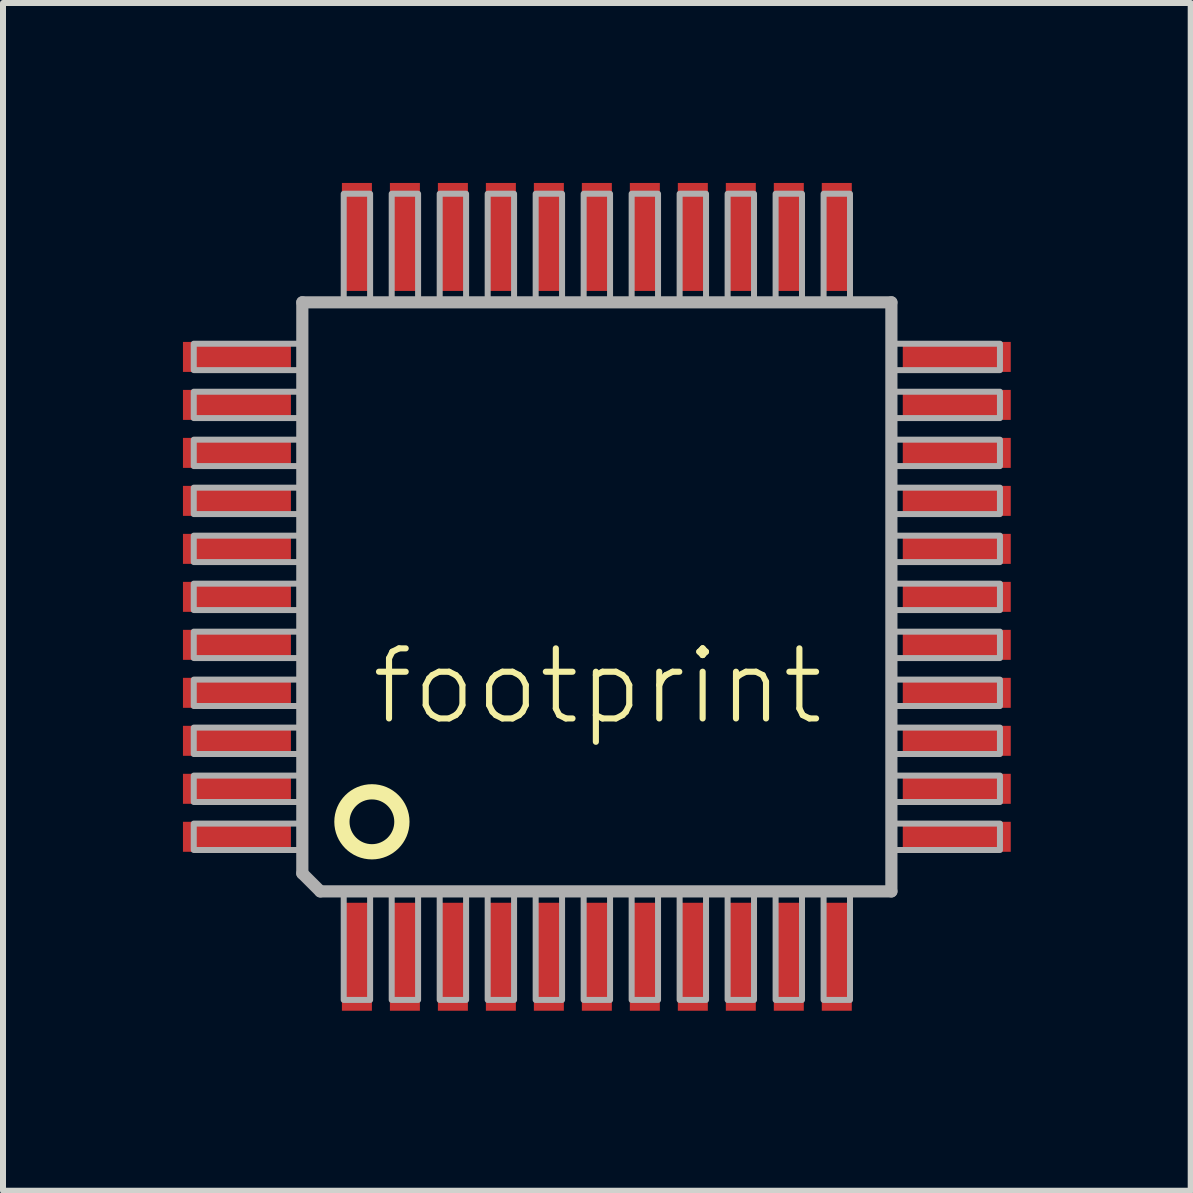
<source format=kicad_pcb>
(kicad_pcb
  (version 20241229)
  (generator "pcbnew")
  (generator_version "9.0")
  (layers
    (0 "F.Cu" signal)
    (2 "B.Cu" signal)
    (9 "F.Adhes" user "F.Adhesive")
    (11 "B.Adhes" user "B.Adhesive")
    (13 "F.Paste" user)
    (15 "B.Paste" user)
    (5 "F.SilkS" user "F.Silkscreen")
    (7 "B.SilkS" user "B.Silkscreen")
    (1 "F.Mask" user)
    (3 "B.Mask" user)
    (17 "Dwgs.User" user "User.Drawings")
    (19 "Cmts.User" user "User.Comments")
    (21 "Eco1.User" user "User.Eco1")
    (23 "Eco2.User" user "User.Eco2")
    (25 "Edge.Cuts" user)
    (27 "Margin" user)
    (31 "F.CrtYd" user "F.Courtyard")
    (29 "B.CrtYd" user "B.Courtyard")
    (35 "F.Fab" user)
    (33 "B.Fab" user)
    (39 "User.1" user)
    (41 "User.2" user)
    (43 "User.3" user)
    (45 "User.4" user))
  (footprint "footprint"
    (layer "F.Cu")
    (at 6.9 6.9)
    (property "Reference" "footprint" (at -3.81 2.175 0) (layer "F.SilkS") (effects (font (size 1.168 1.168) (thickness 0.102)) (justify left bottom)))
    (fp_circle (center -3.75 3.75) (end -3.25 3.75) (stroke (width 0.254) (type solid)) (fill no) (layer "F.SilkS"))
    (fp_line (start -4.91 -4.91) (end -4.91 4.61) (stroke (width 0.203) (type solid)) (layer "F.Fab"))
    (fp_line (start -4.91 4.61) (end -4.61 4.91) (stroke (width 0.203) (type solid)) (layer "F.Fab"))
    (fp_line (start -4.61 4.91) (end 4.91 4.91) (stroke (width 0.203) (type solid)) (layer "F.Fab"))
    (fp_line (start 4.91 -4.91) (end -4.91 -4.91) (stroke (width 0.203) (type solid)) (layer "F.Fab"))
    (fp_line (start 4.91 4.91) (end 4.91 -4.91) (stroke (width 0.203) (type solid)) (layer "F.Fab"))
    (fp_poly (pts (xy -6.72 -3.78) (xy -4.95 -3.78) (xy -4.95 -4.22) (xy -6.72 -4.22)) (stroke (width 0.1) (type solid)) (fill no) (layer "F.Fab"))
    (fp_poly (pts (xy -6.72 -2.98) (xy -4.95 -2.98) (xy -4.95 -3.42) (xy -6.72 -3.42)) (stroke (width 0.1) (type solid)) (fill no) (layer "F.Fab"))
    (fp_poly (pts (xy -6.72 -2.18) (xy -4.95 -2.18) (xy -4.95 -2.62) (xy -6.72 -2.62)) (stroke (width 0.1) (type solid)) (fill no) (layer "F.Fab"))
    (fp_poly (pts (xy -6.72 -1.38) (xy -4.95 -1.38) (xy -4.95 -1.82) (xy -6.72 -1.82)) (stroke (width 0.1) (type solid)) (fill no) (layer "F.Fab"))
    (fp_poly (pts (xy -6.72 -0.58) (xy -4.95 -0.58) (xy -4.95 -1.02) (xy -6.72 -1.02)) (stroke (width 0.1) (type solid)) (fill no) (layer "F.Fab"))
    (fp_poly (pts (xy -6.72 0.22) (xy -4.95 0.22) (xy -4.95 -0.22) (xy -6.72 -0.22)) (stroke (width 0.1) (type solid)) (fill no) (layer "F.Fab"))
    (fp_poly (pts (xy -6.72 1.02) (xy -4.95 1.02) (xy -4.95 0.58) (xy -6.72 0.58)) (stroke (width 0.1) (type solid)) (fill no) (layer "F.Fab"))
    (fp_poly (pts (xy -6.72 1.82) (xy -4.95 1.82) (xy -4.95 1.38) (xy -6.72 1.38)) (stroke (width 0.1) (type solid)) (fill no) (layer "F.Fab"))
    (fp_poly (pts (xy -6.72 2.62) (xy -4.95 2.62) (xy -4.95 2.18) (xy -6.72 2.18)) (stroke (width 0.1) (type solid)) (fill no) (layer "F.Fab"))
    (fp_poly (pts (xy -6.72 3.42) (xy -4.95 3.42) (xy -4.95 2.98) (xy -6.72 2.98)) (stroke (width 0.1) (type solid)) (fill no) (layer "F.Fab"))
    (fp_poly (pts (xy -6.72 4.22) (xy -4.95 4.22) (xy -4.95 3.78) (xy -6.72 3.78)) (stroke (width 0.1) (type solid)) (fill no) (layer "F.Fab"))
    (fp_poly (pts (xy -4.22 -4.95) (xy -3.78 -4.95) (xy -3.78 -6.72) (xy -4.22 -6.72)) (stroke (width 0.1) (type solid)) (fill no) (layer "F.Fab"))
    (fp_poly (pts (xy -4.22 6.72) (xy -3.78 6.72) (xy -3.78 4.95) (xy -4.22 4.95)) (stroke (width 0.1) (type solid)) (fill no) (layer "F.Fab"))
    (fp_poly (pts (xy -3.42 -4.95) (xy -2.98 -4.95) (xy -2.98 -6.72) (xy -3.42 -6.72)) (stroke (width 0.1) (type solid)) (fill no) (layer "F.Fab"))
    (fp_poly (pts (xy -3.42 6.72) (xy -2.98 6.72) (xy -2.98 4.95) (xy -3.42 4.95)) (stroke (width 0.1) (type solid)) (fill no) (layer "F.Fab"))
    (fp_poly (pts (xy -2.62 -4.95) (xy -2.18 -4.95) (xy -2.18 -6.72) (xy -2.62 -6.72)) (stroke (width 0.1) (type solid)) (fill no) (layer "F.Fab"))
    (fp_poly (pts (xy -2.62 6.72) (xy -2.18 6.72) (xy -2.18 4.95) (xy -2.62 4.95)) (stroke (width 0.1) (type solid)) (fill no) (layer "F.Fab"))
    (fp_poly (pts (xy -1.82 -4.95) (xy -1.38 -4.95) (xy -1.38 -6.72) (xy -1.82 -6.72)) (stroke (width 0.1) (type solid)) (fill no) (layer "F.Fab"))
    (fp_poly (pts (xy -1.82 6.72) (xy -1.38 6.72) (xy -1.38 4.95) (xy -1.82 4.95)) (stroke (width 0.1) (type solid)) (fill no) (layer "F.Fab"))
    (fp_poly (pts (xy -1.02 -4.95) (xy -0.58 -4.95) (xy -0.58 -6.72) (xy -1.02 -6.72)) (stroke (width 0.1) (type solid)) (fill no) (layer "F.Fab"))
    (fp_poly (pts (xy -1.02 6.72) (xy -0.58 6.72) (xy -0.58 4.95) (xy -1.02 4.95)) (stroke (width 0.1) (type solid)) (fill no) (layer "F.Fab"))
    (fp_poly (pts (xy -0.22 -4.95) (xy 0.22 -4.95) (xy 0.22 -6.72) (xy -0.22 -6.72)) (stroke (width 0.1) (type solid)) (fill no) (layer "F.Fab"))
    (fp_poly (pts (xy -0.22 6.72) (xy 0.22 6.72) (xy 0.22 4.95) (xy -0.22 4.95)) (stroke (width 0.1) (type solid)) (fill no) (layer "F.Fab"))
    (fp_poly (pts (xy 0.58 -4.95) (xy 1.02 -4.95) (xy 1.02 -6.72) (xy 0.58 -6.72)) (stroke (width 0.1) (type solid)) (fill no) (layer "F.Fab"))
    (fp_poly (pts (xy 0.58 6.72) (xy 1.02 6.72) (xy 1.02 4.95) (xy 0.58 4.95)) (stroke (width 0.1) (type solid)) (fill no) (layer "F.Fab"))
    (fp_poly (pts (xy 1.38 -4.95) (xy 1.82 -4.95) (xy 1.82 -6.72) (xy 1.38 -6.72)) (stroke (width 0.1) (type solid)) (fill no) (layer "F.Fab"))
    (fp_poly (pts (xy 1.38 6.72) (xy 1.82 6.72) (xy 1.82 4.95) (xy 1.38 4.95)) (stroke (width 0.1) (type solid)) (fill no) (layer "F.Fab"))
    (fp_poly (pts (xy 2.18 -4.95) (xy 2.62 -4.95) (xy 2.62 -6.72) (xy 2.18 -6.72)) (stroke (width 0.1) (type solid)) (fill no) (layer "F.Fab"))
    (fp_poly (pts (xy 2.18 6.72) (xy 2.62 6.72) (xy 2.62 4.95) (xy 2.18 4.95)) (stroke (width 0.1) (type solid)) (fill no) (layer "F.Fab"))
    (fp_poly (pts (xy 2.98 -4.95) (xy 3.42 -4.95) (xy 3.42 -6.72) (xy 2.98 -6.72)) (stroke (width 0.1) (type solid)) (fill no) (layer "F.Fab"))
    (fp_poly (pts (xy 2.98 6.72) (xy 3.42 6.72) (xy 3.42 4.95) (xy 2.98 4.95)) (stroke (width 0.1) (type solid)) (fill no) (layer "F.Fab"))
    (fp_poly (pts (xy 3.78 -4.95) (xy 4.22 -4.95) (xy 4.22 -6.72) (xy 3.78 -6.72)) (stroke (width 0.1) (type solid)) (fill no) (layer "F.Fab"))
    (fp_poly (pts (xy 3.78 6.72) (xy 4.22 6.72) (xy 4.22 4.95) (xy 3.78 4.95)) (stroke (width 0.1) (type solid)) (fill no) (layer "F.Fab"))
    (fp_poly (pts (xy 4.95 -3.78) (xy 6.72 -3.78) (xy 6.72 -4.22) (xy 4.95 -4.22)) (stroke (width 0.1) (type solid)) (fill no) (layer "F.Fab"))
    (fp_poly (pts (xy 4.95 -2.98) (xy 6.72 -2.98) (xy 6.72 -3.42) (xy 4.95 -3.42)) (stroke (width 0.1) (type solid)) (fill no) (layer "F.Fab"))
    (fp_poly (pts (xy 4.95 -2.18) (xy 6.72 -2.18) (xy 6.72 -2.62) (xy 4.95 -2.62)) (stroke (width 0.1) (type solid)) (fill no) (layer "F.Fab"))
    (fp_poly (pts (xy 4.95 -1.38) (xy 6.72 -1.38) (xy 6.72 -1.82) (xy 4.95 -1.82)) (stroke (width 0.1) (type solid)) (fill no) (layer "F.Fab"))
    (fp_poly (pts (xy 4.95 -0.58) (xy 6.72 -0.58) (xy 6.72 -1.02) (xy 4.95 -1.02)) (stroke (width 0.1) (type solid)) (fill no) (layer "F.Fab"))
    (fp_poly (pts (xy 4.95 0.22) (xy 6.72 0.22) (xy 6.72 -0.22) (xy 4.95 -0.22)) (stroke (width 0.1) (type solid)) (fill no) (layer "F.Fab"))
    (fp_poly (pts (xy 4.95 1.02) (xy 6.72 1.02) (xy 6.72 0.58) (xy 4.95 0.58)) (stroke (width 0.1) (type solid)) (fill no) (layer "F.Fab"))
    (fp_poly (pts (xy 4.95 1.82) (xy 6.72 1.82) (xy 6.72 1.38) (xy 4.95 1.38)) (stroke (width 0.1) (type solid)) (fill no) (layer "F.Fab"))
    (fp_poly (pts (xy 4.95 2.62) (xy 6.72 2.62) (xy 6.72 2.18) (xy 4.95 2.18)) (stroke (width 0.1) (type solid)) (fill no) (layer "F.Fab"))
    (fp_poly (pts (xy 4.95 3.42) (xy 6.72 3.42) (xy 6.72 2.98) (xy 4.95 2.98)) (stroke (width 0.1) (type solid)) (fill no) (layer "F.Fab"))
    (fp_poly (pts (xy 4.95 4.22) (xy 6.72 4.22) (xy 6.72 3.78) (xy 4.95 3.78)) (stroke (width 0.1) (type solid)) (fill no) (layer "F.Fab"))
    (pad "1" smd rect (at -4 6) (size 0.5 1.8) (layers "F.Cu" "F.Mask" "F.Paste"))
    (pad "2" smd rect (at -3.2 6) (size 0.5 1.8) (layers "F.Cu" "F.Mask" "F.Paste"))
    (pad "3" smd rect (at -2.4 6) (size 0.5 1.8) (layers "F.Cu" "F.Mask" "F.Paste"))
    (pad "4" smd rect (at -1.6 6) (size 0.5 1.8) (layers "F.Cu" "F.Mask" "F.Paste"))
    (pad "5" smd rect (at -0.8 6) (size 0.5 1.8) (layers "F.Cu" "F.Mask" "F.Paste"))
    (pad "6" smd rect (at 0 6) (size 0.5 1.8) (layers "F.Cu" "F.Mask" "F.Paste"))
    (pad "7" smd rect (at 0.8 6) (size 0.5 1.8) (layers "F.Cu" "F.Mask" "F.Paste"))
    (pad "8" smd rect (at 1.6 6) (size 0.5 1.8) (layers "F.Cu" "F.Mask" "F.Paste"))
    (pad "9" smd rect (at 2.4 6) (size 0.5 1.8) (layers "F.Cu" "F.Mask" "F.Paste"))
    (pad "10" smd rect (at 3.2 6) (size 0.5 1.8) (layers "F.Cu" "F.Mask" "F.Paste"))
    (pad "11" smd rect (at 4 6) (size 0.5 1.8) (layers "F.Cu" "F.Mask" "F.Paste"))
    (pad "12" smd rect (at 6 4) (size 1.8 0.5) (layers "F.Cu" "F.Mask" "F.Paste"))
    (pad "13" smd rect (at 6 3.2) (size 1.8 0.5) (layers "F.Cu" "F.Mask" "F.Paste"))
    (pad "14" smd rect (at 6 2.4) (size 1.8 0.5) (layers "F.Cu" "F.Mask" "F.Paste"))
    (pad "15" smd rect (at 6 1.6) (size 1.8 0.5) (layers "F.Cu" "F.Mask" "F.Paste"))
    (pad "16" smd rect (at 6 0.8) (size 1.8 0.5) (layers "F.Cu" "F.Mask" "F.Paste"))
    (pad "17" smd rect (at 6 0) (size 1.8 0.5) (layers "F.Cu" "F.Mask" "F.Paste"))
    (pad "18" smd rect (at 6 -0.8) (size 1.8 0.5) (layers "F.Cu" "F.Mask" "F.Paste"))
    (pad "19" smd rect (at 6 -1.6) (size 1.8 0.5) (layers "F.Cu" "F.Mask" "F.Paste"))
    (pad "20" smd rect (at 6 -2.4) (size 1.8 0.5) (layers "F.Cu" "F.Mask" "F.Paste"))
    (pad "21" smd rect (at 6 -3.2) (size 1.8 0.5) (layers "F.Cu" "F.Mask" "F.Paste"))
    (pad "22" smd rect (at 6 -4) (size 1.8 0.5) (layers "F.Cu" "F.Mask" "F.Paste"))
    (pad "23" smd rect (at 4 -6) (size 0.5 1.8) (layers "F.Cu" "F.Mask" "F.Paste"))
    (pad "24" smd rect (at 3.2 -6) (size 0.5 1.8) (layers "F.Cu" "F.Mask" "F.Paste"))
    (pad "25" smd rect (at 2.4 -6) (size 0.5 1.8) (layers "F.Cu" "F.Mask" "F.Paste"))
    (pad "26" smd rect (at 1.6 -6) (size 0.5 1.8) (layers "F.Cu" "F.Mask" "F.Paste"))
    (pad "27" smd rect (at 0.8 -6) (size 0.5 1.8) (layers "F.Cu" "F.Mask" "F.Paste"))
    (pad "28" smd rect (at 0 -6) (size 0.5 1.8) (layers "F.Cu" "F.Mask" "F.Paste"))
    (pad "29" smd rect (at -0.8 -6) (size 0.5 1.8) (layers "F.Cu" "F.Mask" "F.Paste"))
    (pad "30" smd rect (at -1.6 -6) (size 0.5 1.8) (layers "F.Cu" "F.Mask" "F.Paste"))
    (pad "31" smd rect (at -2.4 -6) (size 0.5 1.8) (layers "F.Cu" "F.Mask" "F.Paste"))
    (pad "32" smd rect (at -3.2 -6) (size 0.5 1.8) (layers "F.Cu" "F.Mask" "F.Paste"))
    (pad "33" smd rect (at -4 -6) (size 0.5 1.8) (layers "F.Cu" "F.Mask" "F.Paste"))
    (pad "34" smd rect (at -6 -4) (size 1.8 0.5) (layers "F.Cu" "F.Mask" "F.Paste"))
    (pad "35" smd rect (at -6 -3.2) (size 1.8 0.5) (layers "F.Cu" "F.Mask" "F.Paste"))
    (pad "36" smd rect (at -6 -2.4) (size 1.8 0.5) (layers "F.Cu" "F.Mask" "F.Paste"))
    (pad "37" smd rect (at -6 -1.6) (size 1.8 0.5) (layers "F.Cu" "F.Mask" "F.Paste"))
    (pad "38" smd rect (at -6 -0.8) (size 1.8 0.5) (layers "F.Cu" "F.Mask" "F.Paste"))
    (pad "39" smd rect (at -6 0) (size 1.8 0.5) (layers "F.Cu" "F.Mask" "F.Paste"))
    (pad "40" smd rect (at -6 0.8) (size 1.8 0.5) (layers "F.Cu" "F.Mask" "F.Paste"))
    (pad "41" smd rect (at -6 1.6) (size 1.8 0.5) (layers "F.Cu" "F.Mask" "F.Paste"))
    (pad "42" smd rect (at -6 2.4) (size 1.8 0.5) (layers "F.Cu" "F.Mask" "F.Paste"))
    (pad "43" smd rect (at -6 3.2) (size 1.8 0.5) (layers "F.Cu" "F.Mask" "F.Paste"))
    (pad "44" smd rect (at -6 4) (size 1.8 0.5) (layers "F.Cu" "F.Mask" "F.Paste")))
  (gr_rect
    (start -3 -3)
    (end 16.8 16.8)
    (stroke (width 0.1) (type default))
    (fill no)
    (layer "Edge.Cuts")))
</source>
